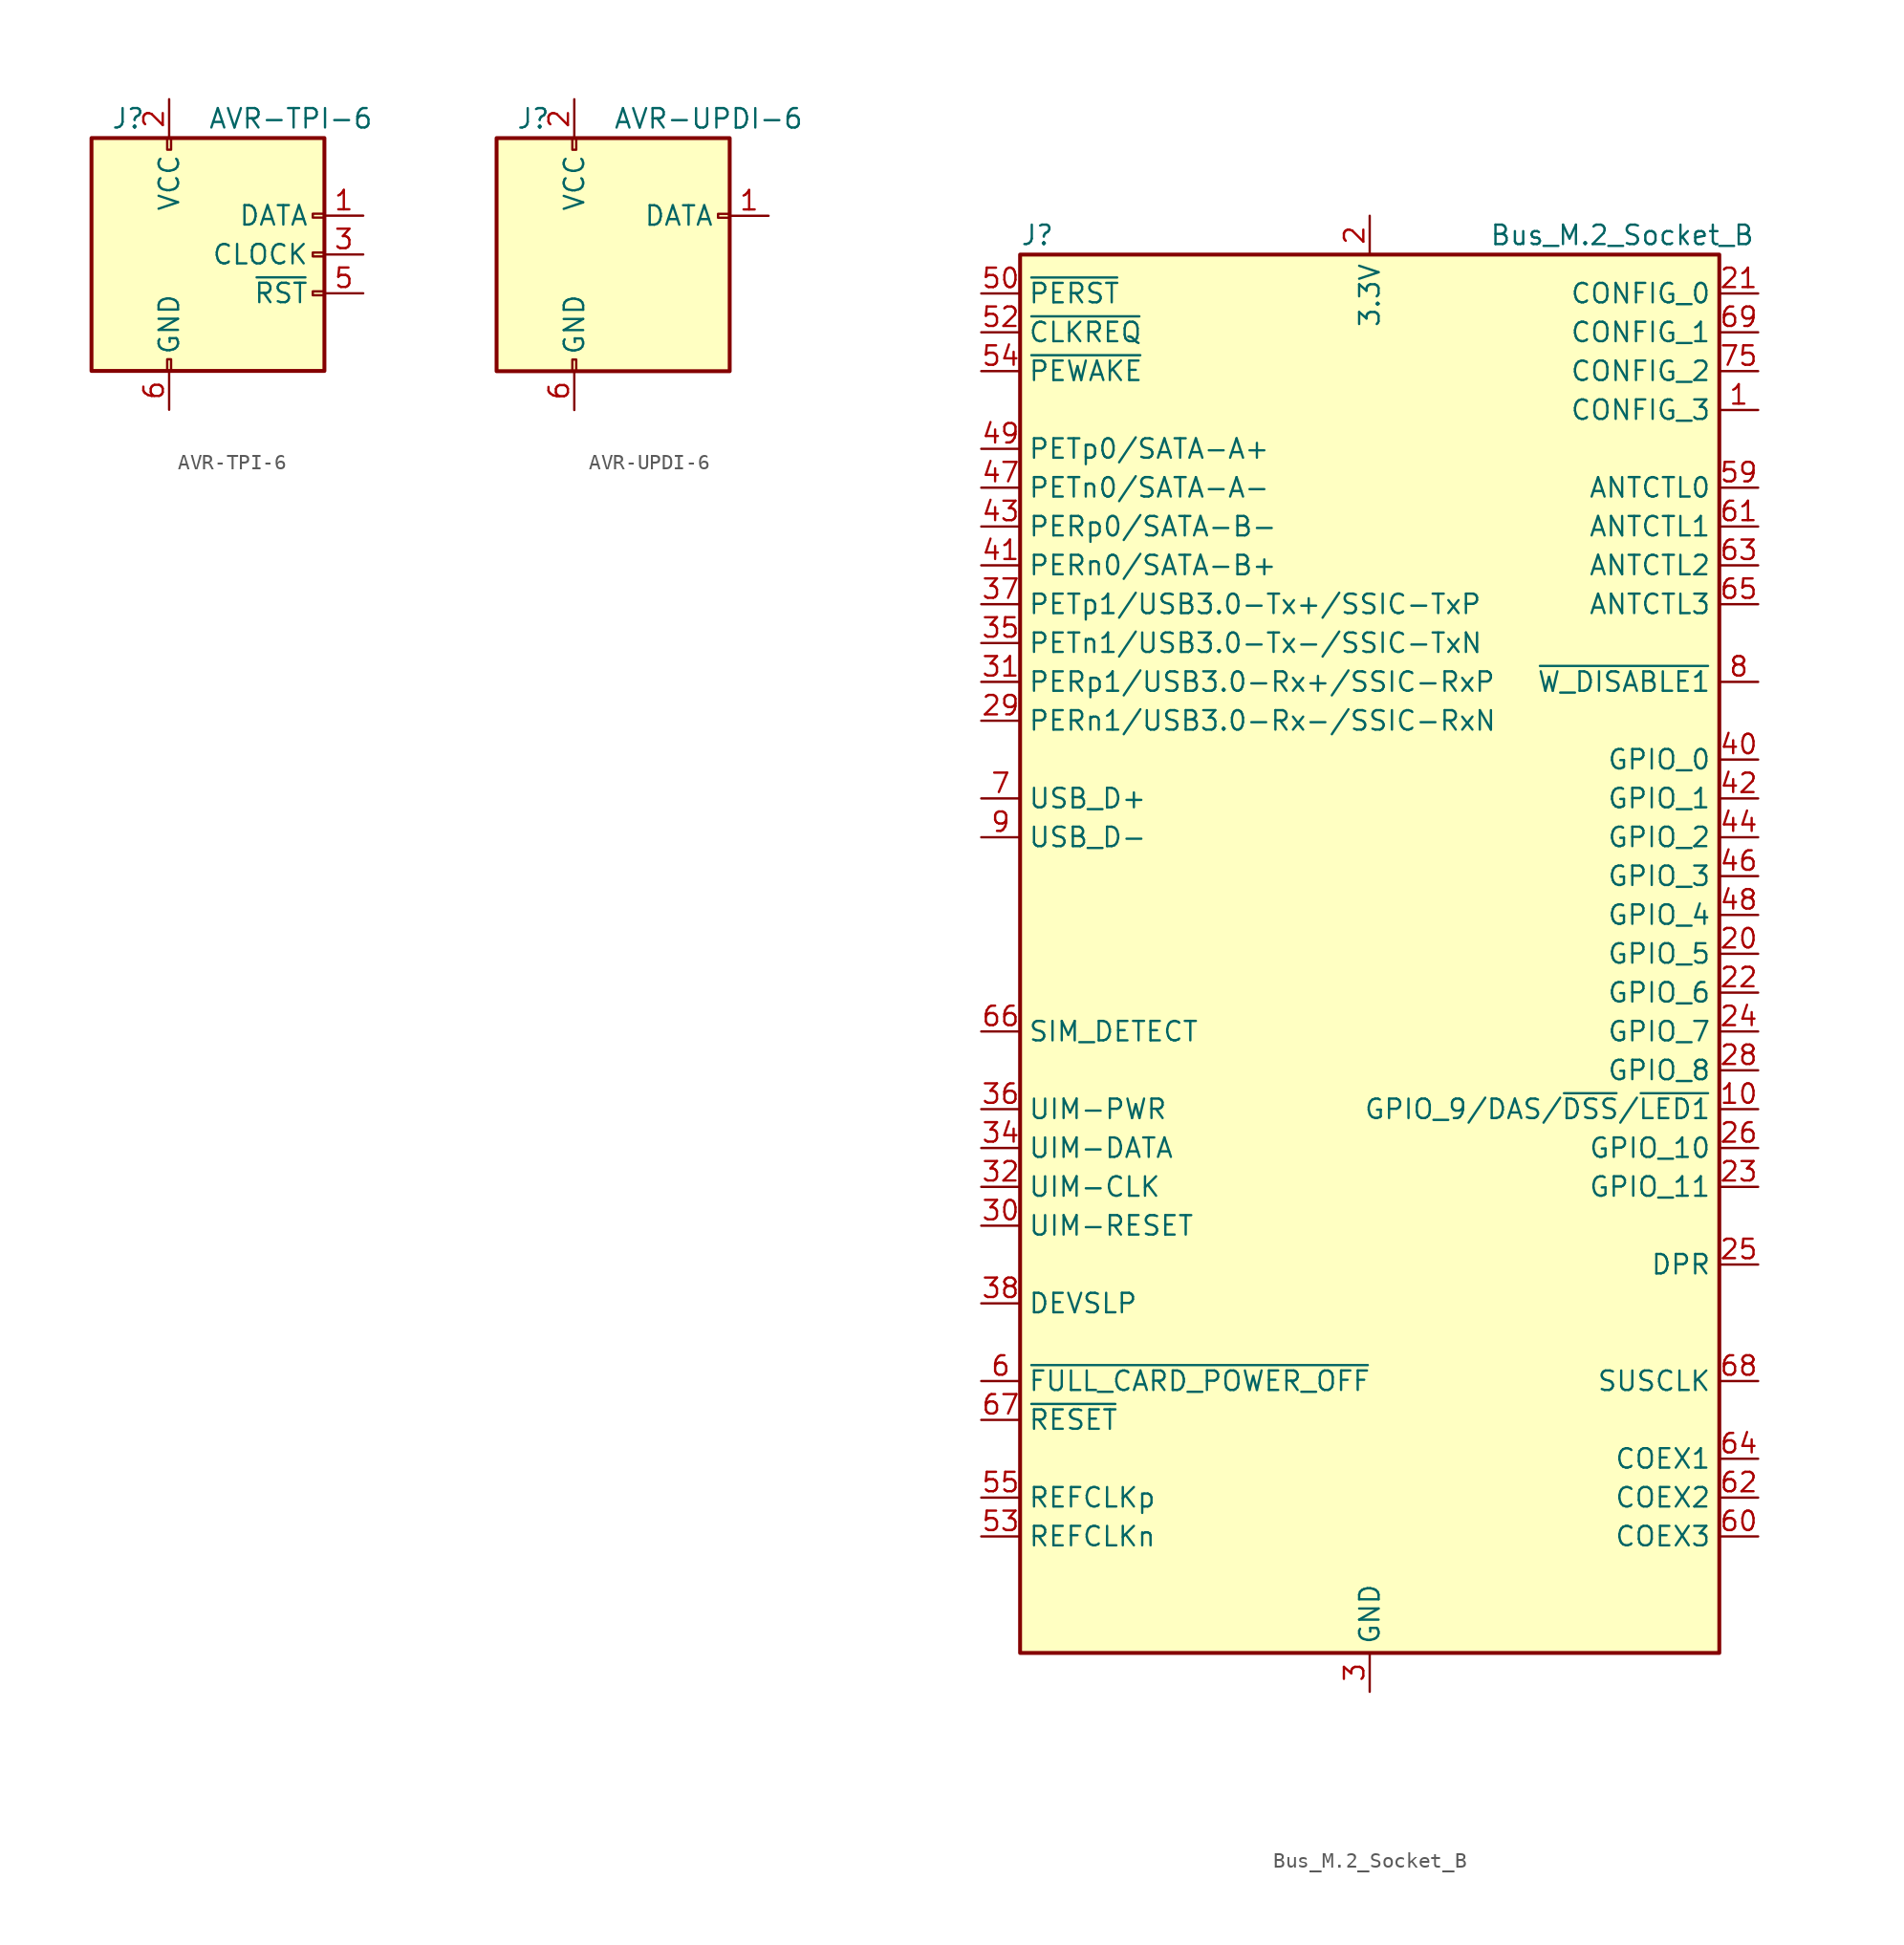
<source format=kicad_sym>
(kicad_symbol_lib
  (version 20200908)
  (generator kicad_symbol_editor)
  (symbol "Connector:AVR-TPI-6"
    (pin_names
      (offset 1.016))
    (property "Reference" "J"
      (at -6.35 8.89 0)
      (effects (font (size 1.27 1.27)) (justify left)))
    (property "Value" "AVR-TPI-6"
      (at 0 8.89 0)
      (effects (font (size 1.27 1.27)) (justify left)))
    (symbol "AVR-TPI-6_0_1"
      (rectangle (start -2.667 -6.858) (end -2.413 -7.62) (stroke (width 0)) (fill (type none)))
      (rectangle (start -2.667 7.62) (end -2.413 6.858) (stroke (width 0)) (fill (type none)))
      (rectangle (start 7.62 -2.413) (end 6.858 -2.667) (stroke (width 0)) (fill (type none)))
      (rectangle (start 7.62 0.127) (end 6.858 -0.127) (stroke (width 0)) (fill (type none)))
      (rectangle (start 7.62 2.667) (end 6.858 2.413) (stroke (width 0)) (fill (type none)))
      (rectangle (start 7.62 7.62) (end -7.62 -7.62) (stroke (width 0.254)) (fill (type background))))
    (symbol "AVR-TPI-6_1_1"
      (pin passive line (at 10.16 2.54 180) (length 2.54) (name "DATA" (effects (font (size 1.27 1.27)))) (number "1" (effects (font (size 1.27 1.27)))))
      (pin passive line (at -2.54 10.16 270) (length 2.54) (name "VCC" (effects (font (size 1.27 1.27)))) (number "2" (effects (font (size 1.27 1.27)))))
      (pin passive line (at 10.16 0 180) (length 2.54) (name "CLOCK" (effects (font (size 1.27 1.27)))) (number "3" (effects (font (size 1.27 1.27)))))
      (pin unconnected line (at 7.62 -5.08 180) (length 2.54) hide (name "NC" (effects (font (size 1.27 1.27)))) (number "4" (effects (font (size 1.27 1.27)))))
      (pin passive line (at 10.16 -2.54 180) (length 2.54) (name "~RST" (effects (font (size 1.27 1.27)))) (number "5" (effects (font (size 1.27 1.27)))))
      (pin passive line (at -2.54 -10.16 90) (length 2.54) (name "GND" (effects (font (size 1.27 1.27)))) (number "6" (effects (font (size 1.27 1.27)))))))
  (symbol "Connector:AVR-UPDI-6"
    (pin_names
      (offset 1.016))
    (property "Reference" "J"
      (at -6.35 8.89 0)
      (effects (font (size 1.27 1.27)) (justify left)))
    (property "Value" "AVR-UPDI-6"
      (at 0 8.89 0)
      (effects (font (size 1.27 1.27)) (justify left)))
    (symbol "AVR-UPDI-6_0_1"
      (rectangle (start -2.667 -6.858) (end -2.413 -7.62) (stroke (width 0)) (fill (type none)))
      (rectangle (start -2.667 7.62) (end -2.413 6.858) (stroke (width 0)) (fill (type none)))
      (rectangle (start 7.62 2.667) (end 6.858 2.413) (stroke (width 0)) (fill (type none)))
      (rectangle (start 7.62 7.62) (end -7.62 -7.62) (stroke (width 0.254)) (fill (type background))))
    (symbol "AVR-UPDI-6_1_1"
      (pin passive line (at 10.16 2.54 180) (length 2.54) (name "DATA" (effects (font (size 1.27 1.27)))) (number "1" (effects (font (size 1.27 1.27)))))
      (pin passive line (at -2.54 10.16 270) (length 2.54) (name "VCC" (effects (font (size 1.27 1.27)))) (number "2" (effects (font (size 1.27 1.27)))))
      (pin unconnected line (at 7.62 0 180) (length 2.54) hide (name "NC" (effects (font (size 1.27 1.27)))) (number "3" (effects (font (size 1.27 1.27)))))
      (pin unconnected line (at 7.62 -2.54 180) (length 2.54) hide (name "NC" (effects (font (size 1.27 1.27)))) (number "4" (effects (font (size 1.27 1.27)))))
      (pin unconnected line (at 7.62 -5.08 180) (length 2.54) hide (name "NC" (effects (font (size 1.27 1.27)))) (number "5" (effects (font (size 1.27 1.27)))))
      (pin passive line (at -2.54 -10.16 90) (length 2.54) (name "GND" (effects (font (size 1.27 1.27)))) (number "6" (effects (font (size 1.27 1.27)))))))
  (symbol "Connector:Bus_M.2_Socket_B"
    (property "Reference" "J"
      (at -22.86 46.99 0)
      (effects (font (size 1.27 1.27)) (justify left)))
    (property "Value" "Bus_M.2_Socket_B"
      (at 16.51 46.99 0)
      (effects (font (size 1.27 1.27))))
    (symbol "Bus_M.2_Socket_B_0_1"
      (rectangle (start -22.86 45.72) (end 22.86 -45.72) (stroke (width 0.254)) (fill (type background))))
    (symbol "Bus_M.2_Socket_B_1_1"
      (pin input line (at 25.4 35.56 180) (length 2.54) (name "CONFIG_3" (effects (font (size 1.27 1.27)))) (number "1" (effects (font (size 1.27 1.27)))))
      (pin bidirectional line (at 25.4 -10.16 180) (length 2.54) (name "GPIO_9/DAS/~DSS~/~LED1" (effects (font (size 1.27 1.27)))) (number "10" (effects (font (size 1.27 1.27)))))
      (pin passive line (at 0 -48.26 90) (length 2.54) hide (name "GND" (effects (font (size 1.27 1.27)))) (number "11" (effects (font (size 1.27 1.27)))))
      (pin power_in line (at 0 48.26 270) (length 2.54) (name "3.3V" (effects (font (size 1.27 1.27)))) (number "2" (effects (font (size 1.27 1.27)))))
      (pin bidirectional line (at 25.4 0 180) (length 2.54) (name "GPIO_5" (effects (font (size 1.27 1.27)))) (number "20" (effects (font (size 1.27 1.27)))))
      (pin input line (at 25.4 43.18 180) (length 2.54) (name "CONFIG_0" (effects (font (size 1.27 1.27)))) (number "21" (effects (font (size 1.27 1.27)))))
      (pin bidirectional line (at 25.4 -2.54 180) (length 2.54) (name "GPIO_6" (effects (font (size 1.27 1.27)))) (number "22" (effects (font (size 1.27 1.27)))))
      (pin bidirectional line (at 25.4 -15.24 180) (length 2.54) (name "GPIO_11" (effects (font (size 1.27 1.27)))) (number "23" (effects (font (size 1.27 1.27)))))
      (pin bidirectional line (at 25.4 -5.08 180) (length 2.54) (name "GPIO_7" (effects (font (size 1.27 1.27)))) (number "24" (effects (font (size 1.27 1.27)))))
      (pin output line (at 25.4 -20.32 180) (length 2.54) (name "DPR" (effects (font (size 1.27 1.27)))) (number "25" (effects (font (size 1.27 1.27)))))
      (pin bidirectional line (at 25.4 -12.7 180) (length 2.54) (name "GPIO_10" (effects (font (size 1.27 1.27)))) (number "26" (effects (font (size 1.27 1.27)))))
      (pin passive line (at 0 -48.26 90) (length 2.54) hide (name "GND" (effects (font (size 1.27 1.27)))) (number "27" (effects (font (size 1.27 1.27)))))
      (pin bidirectional line (at 25.4 -7.62 180) (length 2.54) (name "GPIO_8" (effects (font (size 1.27 1.27)))) (number "28" (effects (font (size 1.27 1.27)))))
      (pin input line (at -25.4 15.24 0) (length 2.54) (name "PERn1/USB3.0-Rx-/SSIC-RxN" (effects (font (size 1.27 1.27)))) (number "29" (effects (font (size 1.27 1.27)))))
      (pin power_in line (at 0 -48.26 90) (length 2.54) (name "GND" (effects (font (size 1.27 1.27)))) (number "3" (effects (font (size 1.27 1.27)))))
      (pin input line (at -25.4 -17.78 0) (length 2.54) (name "UIM-RESET" (effects (font (size 1.27 1.27)))) (number "30" (effects (font (size 1.27 1.27)))))
      (pin input line (at -25.4 17.78 0) (length 2.54) (name "PERp1/USB3.0-Rx+/SSIC-RxP" (effects (font (size 1.27 1.27)))) (number "31" (effects (font (size 1.27 1.27)))))
      (pin input line (at -25.4 -15.24 0) (length 2.54) (name "UIM-CLK" (effects (font (size 1.27 1.27)))) (number "32" (effects (font (size 1.27 1.27)))))
      (pin passive line (at 0 -48.26 90) (length 2.54) hide (name "GND" (effects (font (size 1.27 1.27)))) (number "33" (effects (font (size 1.27 1.27)))))
      (pin bidirectional line (at -25.4 -12.7 0) (length 2.54) (name "UIM-DATA" (effects (font (size 1.27 1.27)))) (number "34" (effects (font (size 1.27 1.27)))))
      (pin output line (at -25.4 20.32 0) (length 2.54) (name "PETn1/USB3.0-Tx-/SSIC-TxN" (effects (font (size 1.27 1.27)))) (number "35" (effects (font (size 1.27 1.27)))))
      (pin input line (at -25.4 -10.16 0) (length 2.54) (name "UIM-PWR" (effects (font (size 1.27 1.27)))) (number "36" (effects (font (size 1.27 1.27)))))
      (pin output line (at -25.4 22.86 0) (length 2.54) (name "PETp1/USB3.0-Tx+/SSIC-TxP" (effects (font (size 1.27 1.27)))) (number "37" (effects (font (size 1.27 1.27)))))
      (pin output line (at -25.4 -22.86 0) (length 2.54) (name "DEVSLP" (effects (font (size 1.27 1.27)))) (number "38" (effects (font (size 1.27 1.27)))))
      (pin passive line (at 0 -48.26 90) (length 2.54) hide (name "GND" (effects (font (size 1.27 1.27)))) (number "39" (effects (font (size 1.27 1.27)))))
      (pin passive line (at 0 48.26 270) (length 2.54) hide (name "3.3V" (effects (font (size 1.27 1.27)))) (number "4" (effects (font (size 1.27 1.27)))))
      (pin bidirectional line (at 25.4 12.7 180) (length 2.54) (name "GPIO_0" (effects (font (size 1.27 1.27)))) (number "40" (effects (font (size 1.27 1.27)))))
      (pin input line (at -25.4 25.4 0) (length 2.54) (name "PERn0/SATA-B+" (effects (font (size 1.27 1.27)))) (number "41" (effects (font (size 1.27 1.27)))))
      (pin bidirectional line (at 25.4 10.16 180) (length 2.54) (name "GPIO_1" (effects (font (size 1.27 1.27)))) (number "42" (effects (font (size 1.27 1.27)))))
      (pin input line (at -25.4 27.94 0) (length 2.54) (name "PERp0/SATA-B-" (effects (font (size 1.27 1.27)))) (number "43" (effects (font (size 1.27 1.27)))))
      (pin bidirectional line (at 25.4 7.62 180) (length 2.54) (name "GPIO_2" (effects (font (size 1.27 1.27)))) (number "44" (effects (font (size 1.27 1.27)))))
      (pin passive line (at 0 -48.26 90) (length 2.54) hide (name "GND" (effects (font (size 1.27 1.27)))) (number "45" (effects (font (size 1.27 1.27)))))
      (pin bidirectional line (at 25.4 5.08 180) (length 2.54) (name "GPIO_3" (effects (font (size 1.27 1.27)))) (number "46" (effects (font (size 1.27 1.27)))))
      (pin output line (at -25.4 30.48 0) (length 2.54) (name "PETn0/SATA-A-" (effects (font (size 1.27 1.27)))) (number "47" (effects (font (size 1.27 1.27)))))
      (pin bidirectional line (at 25.4 2.54 180) (length 2.54) (name "GPIO_4" (effects (font (size 1.27 1.27)))) (number "48" (effects (font (size 1.27 1.27)))))
      (pin output line (at -25.4 33.02 0) (length 2.54) (name "PETp0/SATA-A+" (effects (font (size 1.27 1.27)))) (number "49" (effects (font (size 1.27 1.27)))))
      (pin passive line (at 0 -48.26 90) (length 2.54) hide (name "GND" (effects (font (size 1.27 1.27)))) (number "5" (effects (font (size 1.27 1.27)))))
      (pin output line (at -25.4 43.18 0) (length 2.54) (name "~PERST" (effects (font (size 1.27 1.27)))) (number "50" (effects (font (size 1.27 1.27)))))
      (pin passive line (at 0 -48.26 90) (length 2.54) hide (name "GND" (effects (font (size 1.27 1.27)))) (number "51" (effects (font (size 1.27 1.27)))))
      (pin bidirectional line (at -25.4 40.64 0) (length 2.54) (name "~CLKREQ" (effects (font (size 1.27 1.27)))) (number "52" (effects (font (size 1.27 1.27)))))
      (pin output line (at -25.4 -38.1 0) (length 2.54) (name "REFCLKn" (effects (font (size 1.27 1.27)))) (number "53" (effects (font (size 1.27 1.27)))))
      (pin bidirectional line (at -25.4 38.1 0) (length 2.54) (name "~PEWAKE" (effects (font (size 1.27 1.27)))) (number "54" (effects (font (size 1.27 1.27)))))
      (pin output line (at -25.4 -35.56 0) (length 2.54) (name "REFCLKp" (effects (font (size 1.27 1.27)))) (number "55" (effects (font (size 1.27 1.27)))))
      (pin unconnected line (at 22.86 -43.18 180) (length 2.54) hide (name "NC" (effects (font (size 1.27 1.27)))) (number "56" (effects (font (size 1.27 1.27)))))
      (pin passive line (at 0 -48.26 90) (length 2.54) hide (name "GND" (effects (font (size 1.27 1.27)))) (number "57" (effects (font (size 1.27 1.27)))))
      (pin unconnected line (at 22.86 -40.64 180) (length 2.54) hide (name "NC" (effects (font (size 1.27 1.27)))) (number "58" (effects (font (size 1.27 1.27)))))
      (pin input line (at 25.4 30.48 180) (length 2.54) (name "ANTCTL0" (effects (font (size 1.27 1.27)))) (number "59" (effects (font (size 1.27 1.27)))))
      (pin output line (at -25.4 -27.94 0) (length 2.54) (name "~FULL_CARD_POWER_OFF" (effects (font (size 1.27 1.27)))) (number "6" (effects (font (size 1.27 1.27)))))
      (pin bidirectional line (at 25.4 -38.1 180) (length 2.54) (name "COEX3" (effects (font (size 1.27 1.27)))) (number "60" (effects (font (size 1.27 1.27)))))
      (pin input line (at 25.4 27.94 180) (length 2.54) (name "ANTCTL1" (effects (font (size 1.27 1.27)))) (number "61" (effects (font (size 1.27 1.27)))))
      (pin bidirectional line (at 25.4 -35.56 180) (length 2.54) (name "COEX2" (effects (font (size 1.27 1.27)))) (number "62" (effects (font (size 1.27 1.27)))))
      (pin input line (at 25.4 25.4 180) (length 2.54) (name "ANTCTL2" (effects (font (size 1.27 1.27)))) (number "63" (effects (font (size 1.27 1.27)))))
      (pin bidirectional line (at 25.4 -33.02 180) (length 2.54) (name "COEX1" (effects (font (size 1.27 1.27)))) (number "64" (effects (font (size 1.27 1.27)))))
      (pin input line (at 25.4 22.86 180) (length 2.54) (name "ANTCTL3" (effects (font (size 1.27 1.27)))) (number "65" (effects (font (size 1.27 1.27)))))
      (pin output line (at -25.4 -5.08 0) (length 2.54) (name "SIM_DETECT" (effects (font (size 1.27 1.27)))) (number "66" (effects (font (size 1.27 1.27)))))
      (pin output line (at -25.4 -30.48 0) (length 2.54) (name "~RESET" (effects (font (size 1.27 1.27)))) (number "67" (effects (font (size 1.27 1.27)))))
      (pin output line (at 25.4 -27.94 180) (length 2.54) (name "SUSCLK" (effects (font (size 1.27 1.27)))) (number "68" (effects (font (size 1.27 1.27)))))
      (pin input line (at 25.4 40.64 180) (length 2.54) (name "CONFIG_1" (effects (font (size 1.27 1.27)))) (number "69" (effects (font (size 1.27 1.27)))))
      (pin bidirectional line (at -25.4 10.16 0) (length 2.54) (name "USB_D+" (effects (font (size 1.27 1.27)))) (number "7" (effects (font (size 1.27 1.27)))))
      (pin passive line (at 0 48.26 270) (length 2.54) hide (name "3.3V" (effects (font (size 1.27 1.27)))) (number "70" (effects (font (size 1.27 1.27)))))
      (pin passive line (at 0 -48.26 90) (length 2.54) hide (name "GND" (effects (font (size 1.27 1.27)))) (number "71" (effects (font (size 1.27 1.27)))))
      (pin passive line (at 0 48.26 270) (length 2.54) hide (name "3.3V" (effects (font (size 1.27 1.27)))) (number "72" (effects (font (size 1.27 1.27)))))
      (pin passive line (at 0 -48.26 90) (length 2.54) hide (name "GND" (effects (font (size 1.27 1.27)))) (number "73" (effects (font (size 1.27 1.27)))))
      (pin passive line (at 0 48.26 270) (length 2.54) hide (name "3.3V" (effects (font (size 1.27 1.27)))) (number "74" (effects (font (size 1.27 1.27)))))
      (pin input line (at 25.4 38.1 180) (length 2.54) (name "CONFIG_2" (effects (font (size 1.27 1.27)))) (number "75" (effects (font (size 1.27 1.27)))))
      (pin output line (at 25.4 17.78 180) (length 2.54) (name "~W_DISABLE1" (effects (font (size 1.27 1.27)))) (number "8" (effects (font (size 1.27 1.27)))))
      (pin bidirectional line (at -25.4 7.62 0) (length 2.54) (name "USB_D-" (effects (font (size 1.27 1.27)))) (number "9" (effects (font (size 1.27 1.27))))))))
</source>
